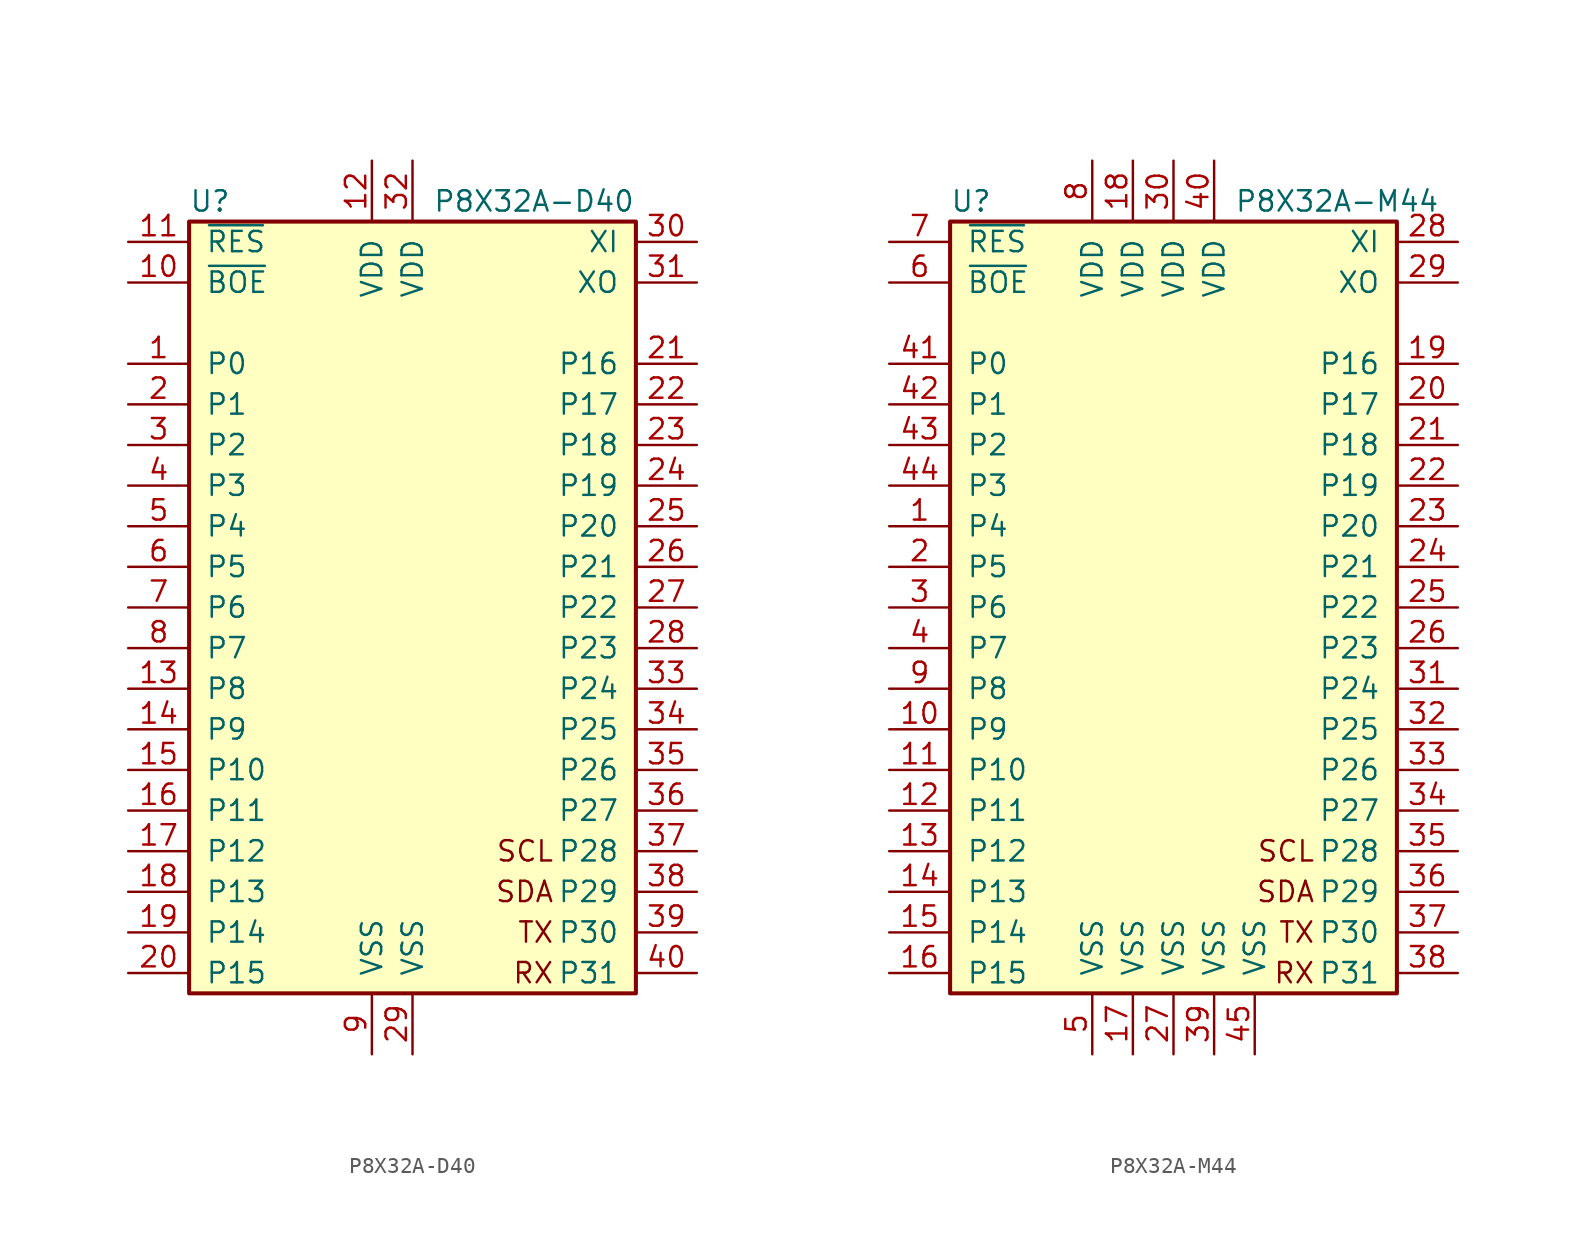
<source format=kicad_sym>
(kicad_symbol_lib
  (version 20201005)
  (generator kicad_symbol_editor)
  (symbol "P8X32A-D40"
    (pin_names
      (offset 1.016))
    (property "Reference" "U"
      (at -13.97 25.4 0)
      (effects (font (size 1.27 1.27)) (justify left)))
    (property "Value" "P8X32A-D40"
      (at 1.27 25.4 0)
      (effects (font (size 1.27 1.27)) (justify left)))
    (symbol "P8X32A-D40_0_1"
      (text "RX" (at 8.89 -22.86 0) (effects (font (size 1.27 1.27)) (justify right)))
      (text "SCL" (at 8.89 -15.24 0) (effects (font (size 1.27 1.27)) (justify right)))
      (text "SDA" (at 8.89 -17.78 0) (effects (font (size 1.27 1.27)) (justify right)))
      (text "TX" (at 8.89 -20.32 0) (effects (font (size 1.27 1.27)) (justify right)))
      (rectangle (start -13.97 24.13) (end 13.97 -24.13) (stroke (width 0.254)) (fill (type background)))
      (pin bidirectional line (at -17.78 15.24 0) (length 3.81) (name "P0" (effects (font (size 1.27 1.27)))) (number "1" (effects (font (size 1.27 1.27)))))
      (pin bidirectional line (at -17.78 12.7 0) (length 3.81) (name "P1" (effects (font (size 1.27 1.27)))) (number "2" (effects (font (size 1.27 1.27)))))
      (pin bidirectional line (at -17.78 10.16 0) (length 3.81) (name "P2" (effects (font (size 1.27 1.27)))) (number "3" (effects (font (size 1.27 1.27)))))
      (pin bidirectional line (at -17.78 7.62 0) (length 3.81) (name "P3" (effects (font (size 1.27 1.27)))) (number "4" (effects (font (size 1.27 1.27)))))
      (pin bidirectional line (at -17.78 5.08 0) (length 3.81) (name "P4" (effects (font (size 1.27 1.27)))) (number "5" (effects (font (size 1.27 1.27)))))
      (pin bidirectional line (at -17.78 2.54 0) (length 3.81) (name "P5" (effects (font (size 1.27 1.27)))) (number "6" (effects (font (size 1.27 1.27)))))
      (pin bidirectional line (at -17.78 0 0) (length 3.81) (name "P6" (effects (font (size 1.27 1.27)))) (number "7" (effects (font (size 1.27 1.27)))))
      (pin bidirectional line (at -17.78 -2.54 0) (length 3.81) (name "P7" (effects (font (size 1.27 1.27)))) (number "8" (effects (font (size 1.27 1.27)))))
      (pin power_in line (at -2.54 -27.94 90) (length 3.81) (name "VSS" (effects (font (size 1.27 1.27)))) (number "9" (effects (font (size 1.27 1.27)))))
      (pin input line (at -17.78 20.32 0) (length 3.81) (name "~BOE" (effects (font (size 1.27 1.27)))) (number "10" (effects (font (size 1.27 1.27)))))
      (pin bidirectional line (at -17.78 -22.86 0) (length 3.81) (name "P15" (effects (font (size 1.27 1.27)))) (number "20" (effects (font (size 1.27 1.27)))))
      (pin input line (at 17.78 22.86 180) (length 3.81) (name "XI" (effects (font (size 1.27 1.27)))) (number "30" (effects (font (size 1.27 1.27)))))
      (pin bidirectional line (at 17.78 -22.86 180) (length 3.81) (name "P31" (effects (font (size 1.27 1.27)))) (number "40" (effects (font (size 1.27 1.27)))))
      (pin bidirectional line (at -17.78 22.86 0) (length 3.81) (name "~RES" (effects (font (size 1.27 1.27)))) (number "11" (effects (font (size 1.27 1.27)))))
      (pin bidirectional line (at 17.78 15.24 180) (length 3.81) (name "P16" (effects (font (size 1.27 1.27)))) (number "21" (effects (font (size 1.27 1.27)))))
      (pin output line (at 17.78 20.32 180) (length 3.81) (name "XO" (effects (font (size 1.27 1.27)))) (number "31" (effects (font (size 1.27 1.27)))))
      (pin power_in line (at -2.54 27.94 270) (length 3.81) (name "VDD" (effects (font (size 1.27 1.27)))) (number "12" (effects (font (size 1.27 1.27)))))
      (pin bidirectional line (at 17.78 12.7 180) (length 3.81) (name "P17" (effects (font (size 1.27 1.27)))) (number "22" (effects (font (size 1.27 1.27)))))
      (pin power_in line (at 0 27.94 270) (length 3.81) (name "VDD" (effects (font (size 1.27 1.27)))) (number "32" (effects (font (size 1.27 1.27)))))
      (pin bidirectional line (at -17.78 -5.08 0) (length 3.81) (name "P8" (effects (font (size 1.27 1.27)))) (number "13" (effects (font (size 1.27 1.27)))))
      (pin bidirectional line (at 17.78 10.16 180) (length 3.81) (name "P18" (effects (font (size 1.27 1.27)))) (number "23" (effects (font (size 1.27 1.27)))))
      (pin bidirectional line (at 17.78 -5.08 180) (length 3.81) (name "P24" (effects (font (size 1.27 1.27)))) (number "33" (effects (font (size 1.27 1.27)))))
      (pin bidirectional line (at -17.78 -7.62 0) (length 3.81) (name "P9" (effects (font (size 1.27 1.27)))) (number "14" (effects (font (size 1.27 1.27)))))
      (pin bidirectional line (at 17.78 7.62 180) (length 3.81) (name "P19" (effects (font (size 1.27 1.27)))) (number "24" (effects (font (size 1.27 1.27)))))
      (pin bidirectional line (at 17.78 -7.62 180) (length 3.81) (name "P25" (effects (font (size 1.27 1.27)))) (number "34" (effects (font (size 1.27 1.27)))))
      (pin bidirectional line (at -17.78 -10.16 0) (length 3.81) (name "P10" (effects (font (size 1.27 1.27)))) (number "15" (effects (font (size 1.27 1.27)))))
      (pin bidirectional line (at 17.78 5.08 180) (length 3.81) (name "P20" (effects (font (size 1.27 1.27)))) (number "25" (effects (font (size 1.27 1.27)))))
      (pin bidirectional line (at 17.78 -10.16 180) (length 3.81) (name "P26" (effects (font (size 1.27 1.27)))) (number "35" (effects (font (size 1.27 1.27)))))
      (pin bidirectional line (at -17.78 -12.7 0) (length 3.81) (name "P11" (effects (font (size 1.27 1.27)))) (number "16" (effects (font (size 1.27 1.27)))))
      (pin bidirectional line (at 17.78 2.54 180) (length 3.81) (name "P21" (effects (font (size 1.27 1.27)))) (number "26" (effects (font (size 1.27 1.27)))))
      (pin bidirectional line (at 17.78 -12.7 180) (length 3.81) (name "P27" (effects (font (size 1.27 1.27)))) (number "36" (effects (font (size 1.27 1.27)))))
      (pin bidirectional line (at -17.78 -15.24 0) (length 3.81) (name "P12" (effects (font (size 1.27 1.27)))) (number "17" (effects (font (size 1.27 1.27)))))
      (pin bidirectional line (at 17.78 0 180) (length 3.81) (name "P22" (effects (font (size 1.27 1.27)))) (number "27" (effects (font (size 1.27 1.27)))))
      (pin bidirectional line (at 17.78 -15.24 180) (length 3.81) (name "P28" (effects (font (size 1.27 1.27)))) (number "37" (effects (font (size 1.27 1.27)))))
      (pin bidirectional line (at -17.78 -17.78 0) (length 3.81) (name "P13" (effects (font (size 1.27 1.27)))) (number "18" (effects (font (size 1.27 1.27)))))
      (pin bidirectional line (at 17.78 -2.54 180) (length 3.81) (name "P23" (effects (font (size 1.27 1.27)))) (number "28" (effects (font (size 1.27 1.27)))))
      (pin bidirectional line (at 17.78 -17.78 180) (length 3.81) (name "P29" (effects (font (size 1.27 1.27)))) (number "38" (effects (font (size 1.27 1.27)))))
      (pin bidirectional line (at -17.78 -20.32 0) (length 3.81) (name "P14" (effects (font (size 1.27 1.27)))) (number "19" (effects (font (size 1.27 1.27)))))
      (pin power_in line (at 0 -27.94 90) (length 3.81) (name "VSS" (effects (font (size 1.27 1.27)))) (number "29" (effects (font (size 1.27 1.27)))))
      (pin bidirectional line (at 17.78 -20.32 180) (length 3.81) (name "P30" (effects (font (size 1.27 1.27)))) (number "39" (effects (font (size 1.27 1.27)))))))
  (symbol "P8X32A-M44"
    (pin_names
      (offset 1.016))
    (property "Reference" "U"
      (at -13.97 25.4 0)
      (effects (font (size 1.27 1.27)) (justify left)))
    (property "Value" "P8X32A-M44"
      (at 3.81 25.4 0)
      (effects (font (size 1.27 1.27)) (justify left)))
    (symbol "P8X32A-M44_0_1"
      (text "RX" (at 8.89 -22.86 0) (effects (font (size 1.27 1.27)) (justify right)))
      (text "SCL" (at 8.89 -15.24 0) (effects (font (size 1.27 1.27)) (justify right)))
      (text "SDA" (at 8.89 -17.78 0) (effects (font (size 1.27 1.27)) (justify right)))
      (text "TX" (at 8.89 -20.32 0) (effects (font (size 1.27 1.27)) (justify right)))
      (rectangle (start -13.97 24.13) (end 13.97 -24.13) (stroke (width 0.254)) (fill (type background)))
      (pin bidirectional line (at -17.78 5.08 0) (length 3.81) (name "P4" (effects (font (size 1.27 1.27)))) (number "1" (effects (font (size 1.27 1.27)))))
      (pin bidirectional line (at -17.78 2.54 0) (length 3.81) (name "P5" (effects (font (size 1.27 1.27)))) (number "2" (effects (font (size 1.27 1.27)))))
      (pin bidirectional line (at -17.78 0 0) (length 3.81) (name "P6" (effects (font (size 1.27 1.27)))) (number "3" (effects (font (size 1.27 1.27)))))
      (pin bidirectional line (at -17.78 -2.54 0) (length 3.81) (name "P7" (effects (font (size 1.27 1.27)))) (number "4" (effects (font (size 1.27 1.27)))))
      (pin power_in line (at -5.08 -27.94 90) (length 3.81) (name "VSS" (effects (font (size 1.27 1.27)))) (number "5" (effects (font (size 1.27 1.27)))))
      (pin input line (at -17.78 20.32 0) (length 3.81) (name "~BOE" (effects (font (size 1.27 1.27)))) (number "6" (effects (font (size 1.27 1.27)))))
      (pin bidirectional line (at -17.78 22.86 0) (length 3.81) (name "~RES" (effects (font (size 1.27 1.27)))) (number "7" (effects (font (size 1.27 1.27)))))
      (pin power_in line (at -5.08 27.94 270) (length 3.81) (name "VDD" (effects (font (size 1.27 1.27)))) (number "8" (effects (font (size 1.27 1.27)))))
      (pin bidirectional line (at -17.78 -5.08 0) (length 3.81) (name "P8" (effects (font (size 1.27 1.27)))) (number "9" (effects (font (size 1.27 1.27)))))
      (pin bidirectional line (at -17.78 -7.62 0) (length 3.81) (name "P9" (effects (font (size 1.27 1.27)))) (number "10" (effects (font (size 1.27 1.27)))))
      (pin bidirectional line (at 17.78 12.7 180) (length 3.81) (name "P17" (effects (font (size 1.27 1.27)))) (number "20" (effects (font (size 1.27 1.27)))))
      (pin power_in line (at 0 27.94 270) (length 3.81) (name "VDD" (effects (font (size 1.27 1.27)))) (number "30" (effects (font (size 1.27 1.27)))))
      (pin power_in line (at 2.54 27.94 270) (length 3.81) (name "VDD" (effects (font (size 1.27 1.27)))) (number "40" (effects (font (size 1.27 1.27)))))
      (pin bidirectional line (at -17.78 -10.16 0) (length 3.81) (name "P10" (effects (font (size 1.27 1.27)))) (number "11" (effects (font (size 1.27 1.27)))))
      (pin bidirectional line (at 17.78 10.16 180) (length 3.81) (name "P18" (effects (font (size 1.27 1.27)))) (number "21" (effects (font (size 1.27 1.27)))))
      (pin bidirectional line (at 17.78 -5.08 180) (length 3.81) (name "P24" (effects (font (size 1.27 1.27)))) (number "31" (effects (font (size 1.27 1.27)))))
      (pin bidirectional line (at -17.78 15.24 0) (length 3.81) (name "P0" (effects (font (size 1.27 1.27)))) (number "41" (effects (font (size 1.27 1.27)))))
      (pin bidirectional line (at -17.78 -12.7 0) (length 3.81) (name "P11" (effects (font (size 1.27 1.27)))) (number "12" (effects (font (size 1.27 1.27)))))
      (pin bidirectional line (at 17.78 7.62 180) (length 3.81) (name "P19" (effects (font (size 1.27 1.27)))) (number "22" (effects (font (size 1.27 1.27)))))
      (pin bidirectional line (at 17.78 -7.62 180) (length 3.81) (name "P25" (effects (font (size 1.27 1.27)))) (number "32" (effects (font (size 1.27 1.27)))))
      (pin bidirectional line (at -17.78 12.7 0) (length 3.81) (name "P1" (effects (font (size 1.27 1.27)))) (number "42" (effects (font (size 1.27 1.27)))))
      (pin bidirectional line (at -17.78 -15.24 0) (length 3.81) (name "P12" (effects (font (size 1.27 1.27)))) (number "13" (effects (font (size 1.27 1.27)))))
      (pin bidirectional line (at 17.78 5.08 180) (length 3.81) (name "P20" (effects (font (size 1.27 1.27)))) (number "23" (effects (font (size 1.27 1.27)))))
      (pin bidirectional line (at 17.78 -10.16 180) (length 3.81) (name "P26" (effects (font (size 1.27 1.27)))) (number "33" (effects (font (size 1.27 1.27)))))
      (pin bidirectional line (at -17.78 10.16 0) (length 3.81) (name "P2" (effects (font (size 1.27 1.27)))) (number "43" (effects (font (size 1.27 1.27)))))
      (pin bidirectional line (at -17.78 -17.78 0) (length 3.81) (name "P13" (effects (font (size 1.27 1.27)))) (number "14" (effects (font (size 1.27 1.27)))))
      (pin bidirectional line (at 17.78 2.54 180) (length 3.81) (name "P21" (effects (font (size 1.27 1.27)))) (number "24" (effects (font (size 1.27 1.27)))))
      (pin bidirectional line (at 17.78 -12.7 180) (length 3.81) (name "P27" (effects (font (size 1.27 1.27)))) (number "34" (effects (font (size 1.27 1.27)))))
      (pin bidirectional line (at -17.78 7.62 0) (length 3.81) (name "P3" (effects (font (size 1.27 1.27)))) (number "44" (effects (font (size 1.27 1.27)))))
      (pin bidirectional line (at -17.78 -20.32 0) (length 3.81) (name "P14" (effects (font (size 1.27 1.27)))) (number "15" (effects (font (size 1.27 1.27)))))
      (pin bidirectional line (at 17.78 0 180) (length 3.81) (name "P22" (effects (font (size 1.27 1.27)))) (number "25" (effects (font (size 1.27 1.27)))))
      (pin bidirectional line (at 17.78 -15.24 180) (length 3.81) (name "P28" (effects (font (size 1.27 1.27)))) (number "35" (effects (font (size 1.27 1.27)))))
      (pin power_in line (at 5.08 -27.94 90) (length 3.81) (name "VSS" (effects (font (size 1.27 1.27)))) (number "45" (effects (font (size 1.27 1.27)))))
      (pin bidirectional line (at -17.78 -22.86 0) (length 3.81) (name "P15" (effects (font (size 1.27 1.27)))) (number "16" (effects (font (size 1.27 1.27)))))
      (pin bidirectional line (at 17.78 -2.54 180) (length 3.81) (name "P23" (effects (font (size 1.27 1.27)))) (number "26" (effects (font (size 1.27 1.27)))))
      (pin bidirectional line (at 17.78 -17.78 180) (length 3.81) (name "P29" (effects (font (size 1.27 1.27)))) (number "36" (effects (font (size 1.27 1.27)))))
      (pin power_in line (at -2.54 -27.94 90) (length 3.81) (name "VSS" (effects (font (size 1.27 1.27)))) (number "17" (effects (font (size 1.27 1.27)))))
      (pin power_in line (at 0 -27.94 90) (length 3.81) (name "VSS" (effects (font (size 1.27 1.27)))) (number "27" (effects (font (size 1.27 1.27)))))
      (pin bidirectional line (at 17.78 -20.32 180) (length 3.81) (name "P30" (effects (font (size 1.27 1.27)))) (number "37" (effects (font (size 1.27 1.27)))))
      (pin power_in line (at -2.54 27.94 270) (length 3.81) (name "VDD" (effects (font (size 1.27 1.27)))) (number "18" (effects (font (size 1.27 1.27)))))
      (pin input line (at 17.78 22.86 180) (length 3.81) (name "XI" (effects (font (size 1.27 1.27)))) (number "28" (effects (font (size 1.27 1.27)))))
      (pin bidirectional line (at 17.78 -22.86 180) (length 3.81) (name "P31" (effects (font (size 1.27 1.27)))) (number "38" (effects (font (size 1.27 1.27)))))
      (pin bidirectional line (at 17.78 15.24 180) (length 3.81) (name "P16" (effects (font (size 1.27 1.27)))) (number "19" (effects (font (size 1.27 1.27)))))
      (pin output line (at 17.78 20.32 180) (length 3.81) (name "XO" (effects (font (size 1.27 1.27)))) (number "29" (effects (font (size 1.27 1.27)))))
      (pin power_in line (at 2.54 -27.94 90) (length 3.81) (name "VSS" (effects (font (size 1.27 1.27)))) (number "39" (effects (font (size 1.27 1.27))))))))
</source>
